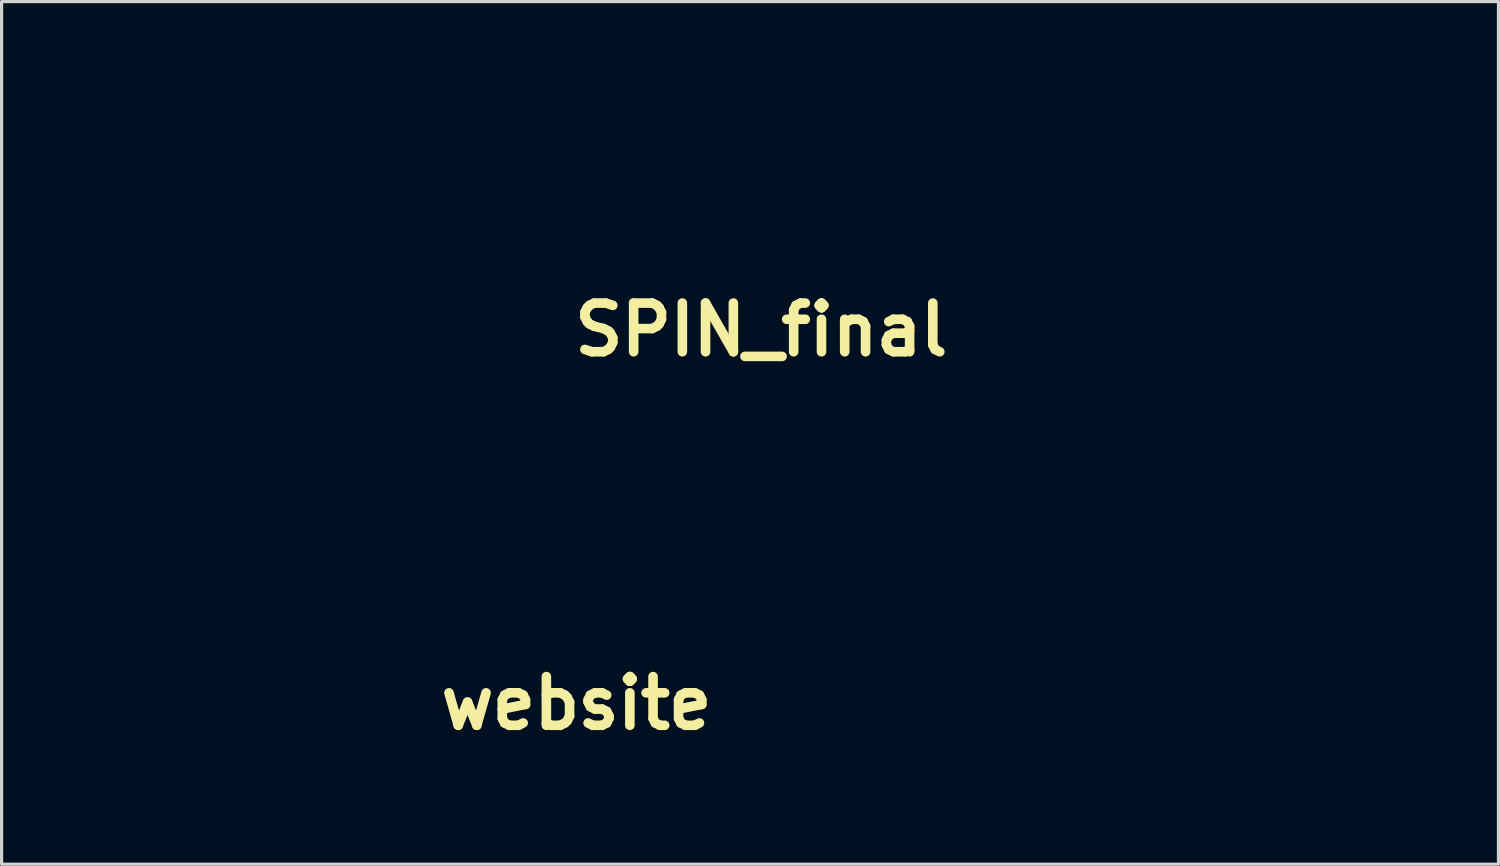
<source format=kicad_pcb>
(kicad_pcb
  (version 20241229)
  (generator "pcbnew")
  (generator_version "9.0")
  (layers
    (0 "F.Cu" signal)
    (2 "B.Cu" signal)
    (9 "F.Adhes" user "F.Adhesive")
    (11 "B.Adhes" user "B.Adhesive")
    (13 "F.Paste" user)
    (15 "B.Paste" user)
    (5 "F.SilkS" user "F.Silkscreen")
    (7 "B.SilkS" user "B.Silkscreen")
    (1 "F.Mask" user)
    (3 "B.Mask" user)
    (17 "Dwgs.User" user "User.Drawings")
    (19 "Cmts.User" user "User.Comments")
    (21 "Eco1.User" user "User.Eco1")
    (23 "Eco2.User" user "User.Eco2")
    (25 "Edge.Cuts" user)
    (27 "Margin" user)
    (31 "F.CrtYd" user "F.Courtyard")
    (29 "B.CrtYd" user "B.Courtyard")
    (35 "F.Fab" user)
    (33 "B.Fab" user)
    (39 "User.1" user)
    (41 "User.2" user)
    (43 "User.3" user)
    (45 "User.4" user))
  (footprint "SPIN_final"
    (layer "F.Cu")
    (at 20.77 7.268)
    (property "Reference" "SPIN_final" (at 0 0 0) (layer "F.SilkS") (effects (font (size 1.524 1.524) (thickness 0.3))))
    (attr through_hole)
    (fp_poly (pts (xy 5.08 6.943) (xy 2.032 6.943) (xy 2.032 -7.027) (xy 5.08 -7.027) (xy 5.08 6.943)) (stroke (width 0.01) (type solid)) (fill no) (layer "Eco2.User"))
    (fp_poly (pts (xy 10.71 -6.985) (xy 13.885 -2.561) (xy 17.06 1.862) (xy 17.104 -7.027) (xy 20.066 -7.027) (xy 20.066 6.943) (xy 17.132 6.943) (xy 10.795 -1.986) (xy 10.773 2.478) (xy 10.751 6.943) (xy 7.705 6.943) (xy 7.705 -7.031) (xy 10.71 -6.985)) (stroke (width 0.01) (type solid)) (fill no) (layer "Eco2.User"))
    (fp_poly (pts (xy -6.413 -7.008) (xy -5.619 -6.999) (xy -4.974 -6.99) (xy -4.459 -6.98) (xy -4.056 -6.968) (xy -3.744 -6.951) (xy -3.504 -6.93) (xy -3.318 -6.903) (xy -3.164 -6.868) (xy -3.025 -6.825) (xy -2.928 -6.79) (xy -2.167 -6.424) (xy -1.524 -5.943) (xy -1.005 -5.362) (xy -0.617 -4.693) (xy -0.368 -3.951) (xy -0.263 -3.149) (xy -0.31 -2.3) (xy -0.421 -1.743) (xy -0.683 -0.965) (xy -1.045 -0.302) (xy -1.52 0.258) (xy -2.121 0.728) (xy -2.861 1.12) (xy -3.48 1.36) (xy -3.785 1.448) (xy -4.129 1.511) (xy -4.553 1.555) (xy -5.099 1.585) (xy -5.186 1.588) (xy -6.35 1.632) (xy -6.35 6.943) (xy -9.398 6.943) (xy -9.398 -0.931) (xy -6.35 -0.931) (xy -5.693 -0.931) (xy -5.332 -0.942) (xy -4.999 -0.97) (xy -4.761 -1.01) (xy -4.749 -1.014) (xy -4.277 -1.226) (xy -3.897 -1.546) (xy -3.62 -1.946) (xy -3.456 -2.397) (xy -3.414 -2.869) (xy -3.506 -3.333) (xy -3.74 -3.76) (xy -3.781 -3.81) (xy -4.067 -4.086) (xy -4.405 -4.279) (xy -4.83 -4.4) (xy -5.376 -4.463) (xy -5.524 -4.471) (xy -6.35 -4.507) (xy -6.35 -0.931) (xy -9.398 -0.931) (xy -9.398 -7.039) (xy -6.413 -7.008)) (stroke (width 0.01) (type solid)) (fill no) (layer "Eco2.User"))
    (fp_poly (pts (xy -15.374 -7.262) (xy -14.526 -7.136) (xy -13.702 -6.884) (xy -12.954 -6.521) (xy -12.652 -6.33) (xy -12.383 -6.137) (xy -12.204 -5.983) (xy -12.201 -5.979) (xy -11.998 -5.762) (xy -12.473 -5.231) (xy -12.774 -4.895) (xy -13.106 -4.525) (xy -13.398 -4.202) (xy -13.848 -3.705) (xy -14.383 -4.051) (xy -15.021 -4.416) (xy -15.578 -4.633) (xy -16.056 -4.702) (xy -16.458 -4.623) (xy -16.785 -4.397) (xy -17.023 -4.054) (xy -17.178 -3.594) (xy -17.167 -3.152) (xy -16.993 -2.735) (xy -16.661 -2.348) (xy -16.172 -1.998) (xy -15.798 -1.804) (xy -15.045 -1.452) (xy -14.428 -1.152) (xy -13.93 -0.892) (xy -13.531 -0.663) (xy -13.211 -0.453) (xy -12.952 -0.251) (xy -12.762 -0.075) (xy -12.248 0.55) (xy -11.883 1.236) (xy -11.667 1.964) (xy -11.6 2.716) (xy -11.68 3.473) (xy -11.909 4.216) (xy -12.285 4.927) (xy -12.808 5.588) (xy -12.885 5.668) (xy -13.603 6.281) (xy -14.394 6.742) (xy -14.901 6.947) (xy -15.398 7.072) (xy -15.978 7.149) (xy -16.583 7.175) (xy -17.15 7.148) (xy -17.611 7.066) (xy -18.307 6.819) (xy -19.018 6.47) (xy -19.69 6.051) (xy -20.27 5.593) (xy -20.479 5.391) (xy -20.765 5.092) (xy -20.564 4.841) (xy -20.434 4.683) (xy -20.221 4.429) (xy -19.953 4.112) (xy -19.657 3.766) (xy -19.603 3.702) (xy -18.844 2.815) (xy -18.304 3.273) (xy -17.677 3.742) (xy -17.096 4.048) (xy -16.559 4.19) (xy -16.067 4.17) (xy -15.62 3.986) (xy -15.218 3.639) (xy -15.093 3.486) (xy -14.92 3.225) (xy -14.838 2.987) (xy -14.817 2.68) (xy -14.817 2.659) (xy -14.827 2.388) (xy -14.878 2.195) (xy -14.998 2.009) (xy -15.174 1.81) (xy -15.484 1.538) (xy -15.908 1.254) (xy -16.396 0.987) (xy -16.899 0.765) (xy -17.145 0.678) (xy -17.608 0.506) (xy -18.095 0.282) (xy -18.557 0.033) (xy -18.947 -0.218) (xy -19.205 -0.429) (xy -19.659 -0.998) (xy -19.984 -1.65) (xy -20.181 -2.36) (xy -20.25 -3.103) (xy -20.193 -3.853) (xy -20.009 -4.583) (xy -19.7 -5.267) (xy -19.264 -5.881) (xy -19.1 -6.058) (xy -18.504 -6.537) (xy -17.81 -6.899) (xy -17.04 -7.142) (xy -16.22 -7.263) (xy -15.374 -7.262)) (stroke (width 0.01) (type solid)) (fill no) (layer "Eco2.User")))
  (footprint "website"
    (layer "F.Cu")
    (at 14.991 18.957)
    (property "Reference" "website" (at 0 0 0) (layer "F.SilkS") (effects (font (size 1.524 1.524) (thickness 0.3))))
    (attr through_hole)
    (fp_poly (pts (xy 1.355 1.27) (xy 0.762 1.27) (xy 0.762 -0.508) (xy 1.355 -0.508) (xy 1.355 1.27)) (stroke (width 0.01) (type solid)) (fill no) (layer "Eco1.User"))
    (fp_poly (pts (xy 1.119 -1.49) (xy 1.287 -1.358) (xy 1.303 -1.333) (xy 1.351 -1.15) (xy 1.303 -1.037) (xy 1.139 -0.892) (xy 0.945 -0.871) (xy 0.785 -0.978) (xy 0.765 -1.011) (xy 0.716 -1.228) (xy 0.789 -1.398) (xy 0.938 -1.494) (xy 1.119 -1.49)) (stroke (width 0.01) (type solid)) (fill no) (layer "Eco1.User"))
    (fp_poly (pts (xy 6.693 0.69) (xy 6.844 0.747) (xy 6.897 0.892) (xy 6.9 0.974) (xy 6.874 1.16) (xy 6.765 1.238) (xy 6.673 1.254) (xy 6.456 1.222) (xy 6.359 1.117) (xy 6.327 0.916) (xy 6.426 0.756) (xy 6.621 0.687) (xy 6.693 0.69)) (stroke (width 0.01) (type solid)) (fill no) (layer "Eco1.User"))
    (fp_poly (pts (xy 5.408 -0.54) (xy 5.585 -0.407) (xy 5.67 -0.291) (xy 5.723 -0.138) (xy 5.749 0.093) (xy 5.757 0.443) (xy 5.757 0.524) (xy 5.757 1.27) (xy 5.249 1.27) (xy 5.249 0.694) (xy 5.223 0.267) (xy 5.148 -0.017) (xy 5.026 -0.149) (xy 4.861 -0.123) (xy 4.852 -0.118) (xy 4.769 -0.032) (xy 4.716 0.125) (xy 4.686 0.392) (xy 4.674 0.623) (xy 4.65 1.27) (xy 4.064 1.27) (xy 4.064 -0.508) (xy 4.36 -0.508) (xy 4.556 -0.486) (xy 4.654 -0.43) (xy 4.657 -0.419) (xy 4.714 -0.394) (xy 4.845 -0.461) (xy 5.134 -0.581) (xy 5.408 -0.54)) (stroke (width 0.01) (type solid)) (fill no) (layer "Eco1.User"))
    (fp_poly (pts (xy -13.836 -1.409) (xy -13.467 -1.303) (xy -13.169 -1.103) (xy -12.921 -0.821) (xy -12.79 -0.528) (xy -12.737 -0.154) (xy -12.762 0.233) (xy -12.866 0.562) (xy -12.921 0.652) (xy -13.192 0.955) (xy -13.495 1.146) (xy -13.872 1.244) (xy -14.321 1.27) (xy -14.986 1.27) (xy -14.986 0.7) (xy -14.393 0.7) (xy -14.034 0.651) (xy -13.718 0.561) (xy -13.526 0.419) (xy -13.409 0.16) (xy -13.385 -0.161) (xy -13.452 -0.463) (xy -13.526 -0.589) (xy -13.745 -0.743) (xy -14.034 -0.821) (xy -14.393 -0.869) (xy -14.393 0.7) (xy -14.986 0.7) (xy -14.986 -1.439) (xy -14.321 -1.439) (xy -13.836 -1.409)) (stroke (width 0.01) (type solid)) (fill no) (layer "Eco1.User"))
    (fp_poly (pts (xy -4.608 -1.409) (xy -4.238 -1.303) (xy -3.94 -1.103) (xy -3.692 -0.821) (xy -3.561 -0.528) (xy -3.508 -0.154) (xy -3.534 0.233) (xy -3.637 0.562) (xy -3.692 0.652) (xy -3.964 0.955) (xy -4.266 1.146) (xy -4.643 1.244) (xy -5.093 1.27) (xy -5.757 1.27) (xy -5.757 0.7) (xy -5.165 0.7) (xy -4.806 0.651) (xy -4.489 0.561) (xy -4.298 0.419) (xy -4.194 0.204) (xy -4.149 -0.069) (xy -4.149 -0.085) (xy -4.211 -0.436) (xy -4.401 -0.676) (xy -4.721 -0.807) (xy -4.806 -0.821) (xy -5.165 -0.869) (xy -5.165 0.7) (xy -5.757 0.7) (xy -5.757 -1.439) (xy -5.093 -1.439) (xy -4.608 -1.409)) (stroke (width 0.01) (type solid)) (fill no) (layer "Eco1.User"))
    (fp_poly (pts (xy 8.393 -0.578) (xy 8.591 -0.538) (xy 8.678 -0.436) (xy 8.705 -0.276) (xy 8.712 -0.091) (xy 8.651 -0.031) (xy 8.479 -0.053) (xy 8.472 -0.054) (xy 8.196 -0.051) (xy 8.024 0.085) (xy 7.959 0.352) (xy 7.959 0.381) (xy 8.014 0.659) (xy 8.177 0.807) (xy 8.444 0.821) (xy 8.472 0.816) (xy 8.648 0.792) (xy 8.711 0.85) (xy 8.705 1.031) (xy 8.705 1.038) (xy 8.674 1.211) (xy 8.594 1.296) (xy 8.413 1.331) (xy 8.315 1.339) (xy 8.072 1.338) (xy 7.893 1.274) (xy 7.7 1.113) (xy 7.659 1.072) (xy 7.468 0.85) (xy 7.383 0.642) (xy 7.366 0.428) (xy 7.43 -0.002) (xy 7.614 -0.322) (xy 7.906 -0.52) (xy 8.291 -0.584) (xy 8.393 -0.578)) (stroke (width 0.01) (type solid)) (fill no) (layer "Eco1.User"))
    (fp_poly (pts (xy 10.229 -0.564) (xy 10.554 -0.379) (xy 10.634 -0.305) (xy 10.819 -0.092) (xy 10.903 0.11) (xy 10.922 0.381) (xy 10.902 0.657) (xy 10.816 0.858) (xy 10.634 1.067) (xy 10.311 1.293) (xy 9.954 1.355) (xy 9.593 1.269) (xy 9.33 1.081) (xy 9.164 0.797) (xy 9.098 0.46) (xy 9.107 0.367) (xy 9.647 0.367) (xy 9.705 0.606) (xy 9.785 0.714) (xy 9.981 0.835) (xy 10.162 0.789) (xy 10.282 0.658) (xy 10.396 0.445) (xy 10.38 0.265) (xy 10.255 0.076) (xy 10.12 -0.056) (xy 9.986 -0.064) (xy 9.874 -0.02) (xy 9.705 0.138) (xy 9.647 0.367) (xy 9.107 0.367) (xy 9.133 0.113) (xy 9.271 -0.198) (xy 9.513 -0.43) (xy 9.883 -0.58) (xy 10.229 -0.564)) (stroke (width 0.01) (type solid)) (fill no) (layer "Eco1.User"))
    (fp_poly (pts (xy -1.946 -0.517) (xy -1.673 -0.309) (xy -1.471 0.011) (xy -1.401 0.234) (xy -1.341 0.508) (xy -1.983 0.508) (xy -2.36 0.524) (xy -2.577 0.574) (xy -2.64 0.662) (xy -2.556 0.794) (xy -2.489 0.854) (xy -2.368 0.918) (xy -2.224 0.887) (xy -2.106 0.825) (xy -1.88 0.733) (xy -1.671 0.756) (xy -1.628 0.771) (xy -1.397 0.859) (xy -1.674 1.107) (xy -2.012 1.312) (xy -2.371 1.357) (xy -2.723 1.241) (xy -2.869 1.138) (xy -3.111 0.835) (xy -3.209 0.479) (xy -3.163 0.107) (xy -3.14 0.064) (xy -2.616 0.064) (xy -2.564 0.139) (xy -2.358 0.168) (xy -2.283 0.169) (xy -2.07 0.162) (xy -1.992 0.124) (xy -2.015 0.033) (xy -2.032 0) (xy -2.189 -0.144) (xy -2.39 -0.151) (xy -2.523 -0.068) (xy -2.616 0.064) (xy -3.14 0.064) (xy -2.974 -0.245) (xy -2.881 -0.35) (xy -2.581 -0.55) (xy -2.259 -0.602) (xy -1.946 -0.517)) (stroke (width 0.01) (type solid)) (fill no) (layer "Eco1.User"))
    (fp_poly (pts (xy -0.166 -0.562) (xy 0.048 -0.488) (xy 0.208 -0.396) (xy 0.254 -0.329) (xy 0.183 -0.218) (xy 0.019 -0.156) (xy -0.162 -0.169) (xy -0.197 -0.184) (xy -0.364 -0.222) (xy -0.471 -0.167) (xy -0.482 -0.063) (xy -0.392 0.03) (xy -0.212 0.143) (xy 0.012 0.286) (xy 0.031 0.299) (xy 0.253 0.511) (xy 0.332 0.741) (xy 0.291 0.964) (xy 0.151 1.155) (xy -0.066 1.289) (xy -0.338 1.341) (xy -0.643 1.286) (xy -0.773 1.227) (xy -0.986 1.07) (xy -1.038 0.923) (xy -0.925 0.797) (xy -0.876 0.771) (xy -0.705 0.721) (xy -0.579 0.787) (xy -0.507 0.867) (xy -0.376 0.991) (xy -0.276 0.981) (xy -0.247 0.956) (xy -0.186 0.842) (xy -0.251 0.723) (xy -0.389 0.614) (xy -0.465 0.593) (xy -0.667 0.521) (xy -0.861 0.346) (xy -0.991 0.127) (xy -1.016 0) (xy -0.941 -0.243) (xy -0.75 -0.452) (xy -0.497 -0.577) (xy -0.374 -0.593) (xy -0.166 -0.562)) (stroke (width 0.01) (type solid)) (fill no) (layer "Eco1.User"))
    (fp_poly (pts (xy 12.755 -0.553) (xy 12.927 -0.429) (xy 13.032 -0.321) (xy 13.122 -0.319) (xy 13.269 -0.423) (xy 13.276 -0.429) (xy 13.57 -0.576) (xy 13.849 -0.564) (xy 14.08 -0.402) (xy 14.215 -0.158) (xy 14.264 0.067) (xy 14.298 0.388) (xy 14.309 0.69) (xy 14.309 1.27) (xy 13.716 1.27) (xy 13.716 0.652) (xy 13.692 0.22) (xy 13.622 -0.051) (xy 13.505 -0.162) (xy 13.343 -0.111) (xy 13.256 -0.036) (xy 13.175 0.113) (xy 13.133 0.376) (xy 13.123 0.683) (xy 13.123 1.27) (xy 12.615 1.27) (xy 12.615 0.694) (xy 12.589 0.267) (xy 12.514 -0.017) (xy 12.392 -0.149) (xy 12.227 -0.123) (xy 12.218 -0.118) (xy 12.135 -0.032) (xy 12.082 0.125) (xy 12.052 0.392) (xy 12.04 0.623) (xy 12.016 1.27) (xy 11.43 1.27) (xy 11.43 -0.508) (xy 11.726 -0.508) (xy 11.922 -0.486) (xy 12.02 -0.43) (xy 12.023 -0.419) (xy 12.08 -0.394) (xy 12.211 -0.461) (xy 12.491 -0.579) (xy 12.755 -0.553)) (stroke (width 0.01) (type solid)) (fill no) (layer "Eco1.User"))
    (fp_poly (pts (xy -7.251 -1.47) (xy -6.83 -1.289) (xy -6.493 -0.973) (xy -6.423 -0.87) (xy -6.268 -0.477) (xy -6.226 -0.026) (xy -6.296 0.416) (xy -6.42 0.696) (xy -6.532 0.887) (xy -6.556 0.997) (xy -6.495 1.087) (xy -6.436 1.142) (xy -6.32 1.292) (xy -6.36 1.417) (xy -6.51 1.519) (xy -6.677 1.544) (xy -6.802 1.46) (xy -6.946 1.375) (xy -7.19 1.329) (xy -7.529 1.316) (xy -7.977 1.281) (xy -8.306 1.166) (xy -8.56 0.948) (xy -8.779 0.602) (xy -8.784 0.591) (xy -8.946 0.133) (xy -8.945 -0.085) (xy -8.293 -0.085) (xy -8.235 0.308) (xy -8.061 0.578) (xy -7.77 0.726) (xy -7.543 0.755) (xy -7.403 0.749) (xy -7.41 0.689) (xy -7.48 0.607) (xy -7.599 0.448) (xy -7.584 0.345) (xy -7.444 0.25) (xy -7.272 0.203) (xy -7.115 0.293) (xy -6.997 0.384) (xy -6.938 0.355) (xy -6.911 0.293) (xy -6.849 -0.08) (xy -6.936 -0.44) (xy -7.105 -0.684) (xy -7.38 -0.883) (xy -7.657 -0.919) (xy -7.901 -0.833) (xy -8.137 -0.655) (xy -8.259 -0.413) (xy -8.293 -0.085) (xy -8.945 -0.085) (xy -8.944 -0.311) (xy -8.784 -0.76) (xy -8.528 -1.142) (xy -8.208 -1.38) (xy -7.796 -1.495) (xy -7.726 -1.503) (xy -7.251 -1.47)) (stroke (width 0.01) (type solid)) (fill no) (layer "Eco1.User"))
    (fp_poly (pts (xy 2.694 -0.543) (xy 2.86 -0.461) (xy 2.996 -0.393) (xy 3.048 -0.419) (xy 3.122 -0.481) (xy 3.299 -0.508) (xy 3.302 -0.508) (xy 3.556 -0.508) (xy 3.556 0.501) (xy 3.552 0.909) (xy 3.54 1.262) (xy 3.523 1.522) (xy 3.503 1.647) (xy 3.355 1.82) (xy 3.086 1.952) (xy 2.74 2.024) (xy 2.58 2.032) (xy 2.302 2.01) (xy 2.1 1.919) (xy 1.92 1.757) (xy 1.651 1.482) (xy 1.977 1.455) (xy 2.301 1.482) (xy 2.458 1.568) (xy 2.664 1.663) (xy 2.863 1.613) (xy 3 1.436) (xy 3.016 1.387) (xy 3.034 1.19) (xy 2.978 1.109) (xy 2.863 1.168) (xy 2.86 1.17) (xy 2.671 1.255) (xy 2.408 1.256) (xy 2.142 1.174) (xy 2.076 1.136) (xy 1.878 0.919) (xy 1.749 0.606) (xy 1.721 0.339) (xy 2.286 0.339) (xy 2.35 0.534) (xy 2.501 0.698) (xy 2.667 0.762) (xy 2.816 0.706) (xy 2.915 0.629) (xy 3.024 0.452) (xy 3.048 0.339) (xy 2.984 0.144) (xy 2.833 -0.02) (xy 2.667 -0.085) (xy 2.492 -0.013) (xy 2.344 0.154) (xy 2.286 0.339) (xy 1.721 0.339) (xy 1.713 0.264) (xy 1.728 0.144) (xy 1.842 -0.138) (xy 2.041 -0.385) (xy 2.278 -0.55) (xy 2.452 -0.593) (xy 2.694 -0.543)) (stroke (width 0.01) (type solid)) (fill no) (layer "Eco1.User"))
    (fp_poly (pts (xy -11.108 -0.656) (xy -10.864 0.127) (xy -10.618 -0.655) (xy -10.372 -1.437) (xy -10.012 -1.438) (xy -9.792 -1.425) (xy -9.665 -1.39) (xy -9.652 -1.372) (xy -9.642 -1.258) (xy -9.614 -1.014) (xy -9.573 -0.681) (xy -9.525 -0.296) (xy -9.474 0.101) (xy -9.425 0.472) (xy -9.384 0.777) (xy -9.354 0.978) (xy -9.352 0.995) (xy -9.332 1.18) (xy -9.39 1.255) (xy -9.569 1.27) (xy -9.595 1.27) (xy -9.722 1.265) (xy -9.814 1.235) (xy -9.88 1.152) (xy -9.928 0.992) (xy -9.97 0.728) (xy -10.014 0.336) (xy -10.042 0.059) (xy -10.078 -0.216) (xy -10.119 -0.399) (xy -10.157 -0.452) (xy -10.159 -0.449) (xy -10.207 -0.343) (xy -10.288 -0.113) (xy -10.389 0.204) (xy -10.461 0.445) (xy -10.601 0.885) (xy -10.721 1.163) (xy -10.83 1.279) (xy -10.938 1.232) (xy -11.056 1.021) (xy -11.193 0.645) (xy -11.276 0.383) (xy -11.388 0.03) (xy -11.484 -0.25) (xy -11.554 -0.425) (xy -11.583 -0.468) (xy -11.607 -0.374) (xy -11.644 -0.149) (xy -11.687 0.168) (xy -11.715 0.398) (xy -11.811 1.228) (xy -12.086 1.254) (xy -12.28 1.253) (xy -12.355 1.185) (xy -12.362 1.127) (xy -12.352 0.991) (xy -12.326 0.721) (xy -12.288 0.353) (xy -12.239 -0.078) (xy -12.221 -0.233) (xy -12.081 -1.439) (xy -11.352 -1.439) (xy -11.108 -0.656)) (stroke (width 0.01) (type solid)) (fill no) (layer "Eco1.User")))
  (gr_rect
    (start -3 -3)
    (end 43.841 23.994)
    (stroke (width 0.1) (type default))
    (fill no)
    (layer "Edge.Cuts")))
</source>
